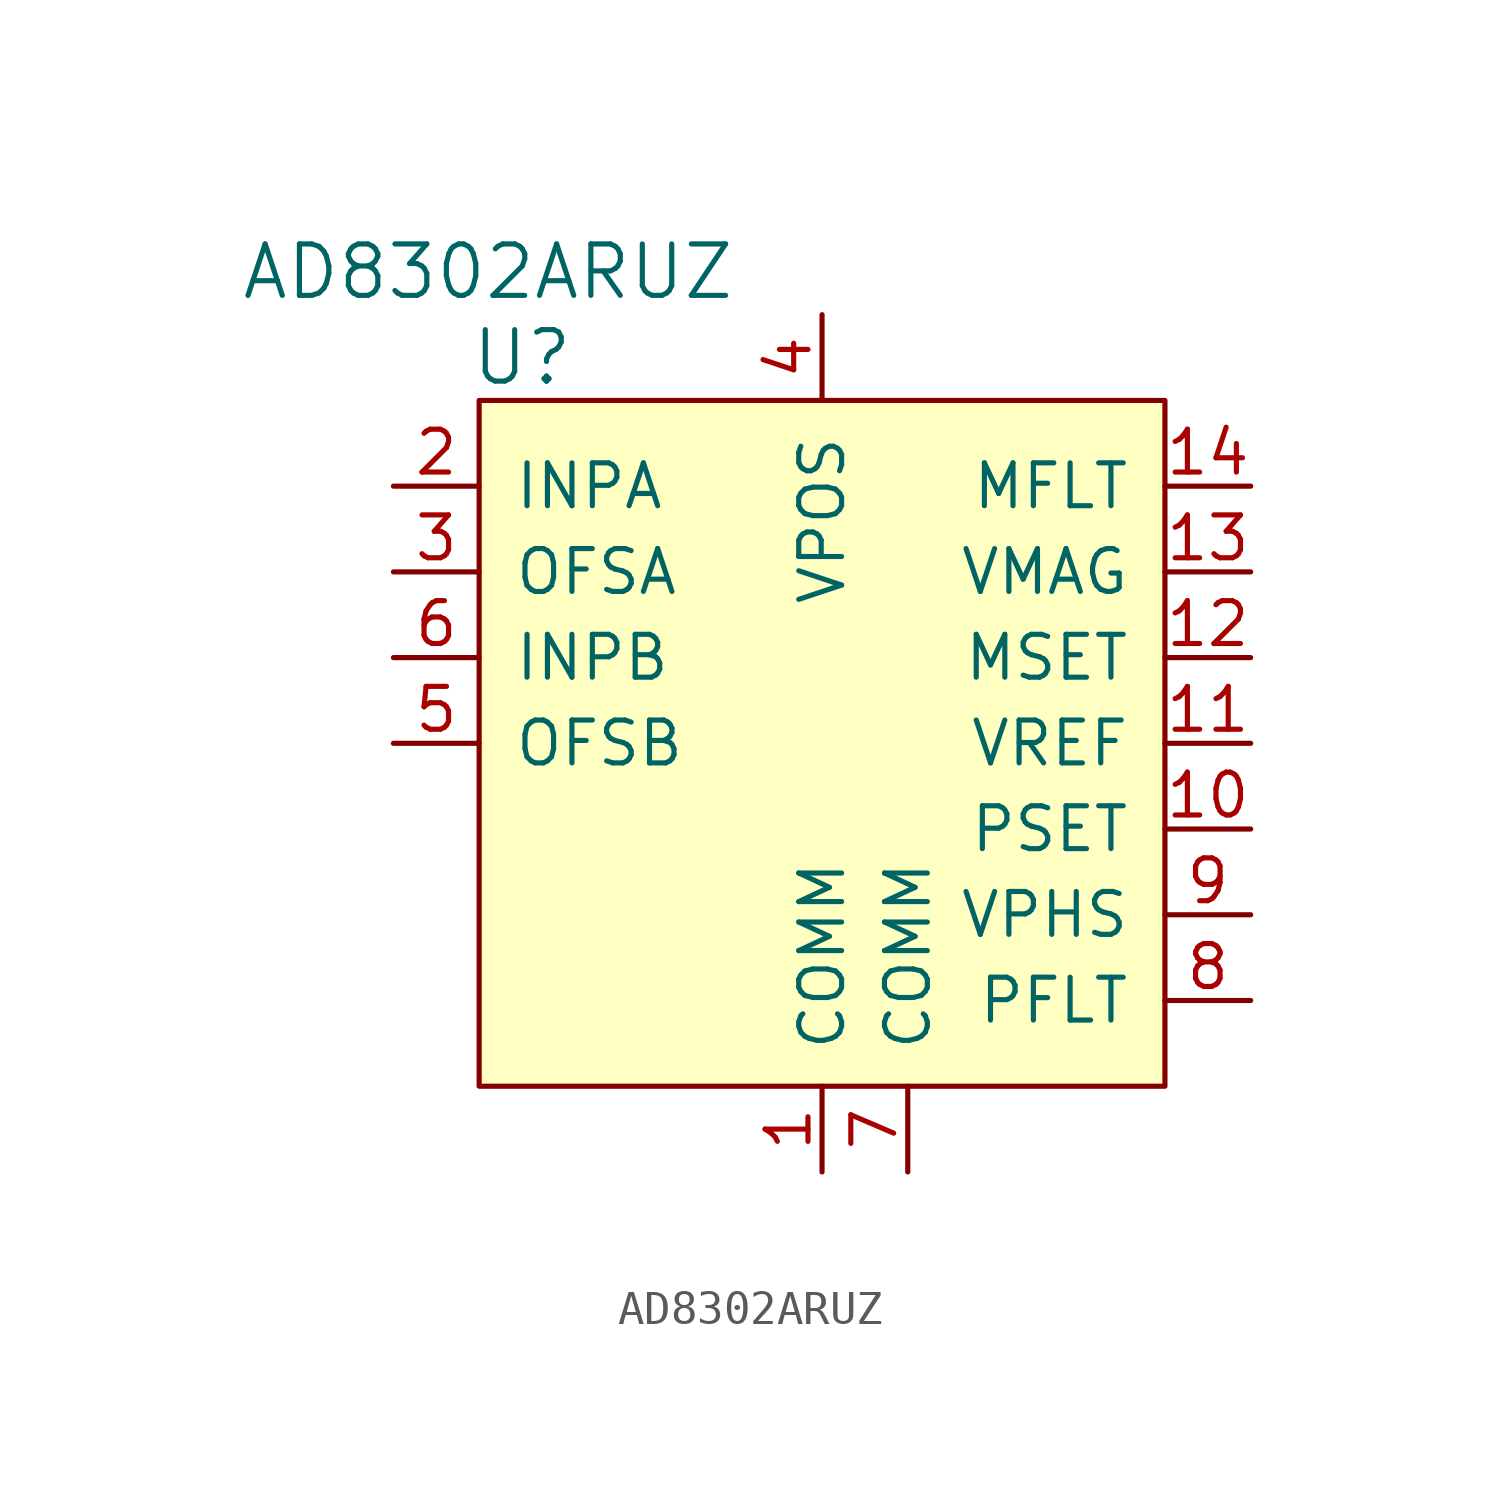
<source format=kicad_sym>
(kicad_symbol_lib
  (version 20211014)
  (generator kicad_symbol_editor)
  (symbol "AD8302ARUZ"
    (pin_names
      (offset 1.016))
    (property "Reference" "U"
      (at -8.89 11.43 0)
      (effects (font (size 1.524 1.524))))
    (property "Value" "AD8302ARUZ"
      (at -2.54 13.97 0)
      (effects (font (size 1.524 1.524)) (justify right)))
    (symbol "AD8302ARUZ_0_1"
      (rectangle (start -10.16 10.16) (end 10.16 -10.16) (stroke (width 0) (type default) (color 0 0 0 0)) (fill (type background))))
    (symbol "AD8302ARUZ_1_1"
      (pin power_in line (at 0 -12.7 90) (length 2.54) (name "COMM" (effects (font (size 1.27 1.27)))) (number "1" (effects (font (size 1.27 1.27)))))
      (pin input line (at 12.7 -2.54 180) (length 2.54) (name "PSET" (effects (font (size 1.27 1.27)))) (number "10" (effects (font (size 1.27 1.27)))))
      (pin output line (at 12.7 0 180) (length 2.54) (name "VREF" (effects (font (size 1.27 1.27)))) (number "11" (effects (font (size 1.27 1.27)))))
      (pin input line (at 12.7 2.54 180) (length 2.54) (name "MSET" (effects (font (size 1.27 1.27)))) (number "12" (effects (font (size 1.27 1.27)))))
      (pin output line (at 12.7 5.08 180) (length 2.54) (name "VMAG" (effects (font (size 1.27 1.27)))) (number "13" (effects (font (size 1.27 1.27)))))
      (pin passive line (at 12.7 7.62 180) (length 2.54) (name "MFLT" (effects (font (size 1.27 1.27)))) (number "14" (effects (font (size 1.27 1.27)))))
      (pin input line (at -12.7 7.62 0) (length 2.54) (name "INPA" (effects (font (size 1.27 1.27)))) (number "2" (effects (font (size 1.27 1.27)))))
      (pin passive line (at -12.7 5.08 0) (length 2.54) (name "OFSA" (effects (font (size 1.27 1.27)))) (number "3" (effects (font (size 1.27 1.27)))))
      (pin power_in line (at 0 12.7 270) (length 2.54) (name "VPOS" (effects (font (size 1.27 1.27)))) (number "4" (effects (font (size 1.27 1.27)))))
      (pin passive line (at -12.7 0 0) (length 2.54) (name "OFSB" (effects (font (size 1.27 1.27)))) (number "5" (effects (font (size 1.27 1.27)))))
      (pin input line (at -12.7 2.54 0) (length 2.54) (name "INPB" (effects (font (size 1.27 1.27)))) (number "6" (effects (font (size 1.27 1.27)))))
      (pin power_in line (at 2.54 -12.7 90) (length 2.54) (name "COMM" (effects (font (size 1.27 1.27)))) (number "7" (effects (font (size 1.27 1.27)))))
      (pin passive line (at 12.7 -7.62 180) (length 2.54) (name "PFLT" (effects (font (size 1.27 1.27)))) (number "8" (effects (font (size 1.27 1.27)))))
      (pin output line (at 12.7 -5.08 180) (length 2.54) (name "VPHS" (effects (font (size 1.27 1.27)))) (number "9" (effects (font (size 1.27 1.27))))))))
</source>
